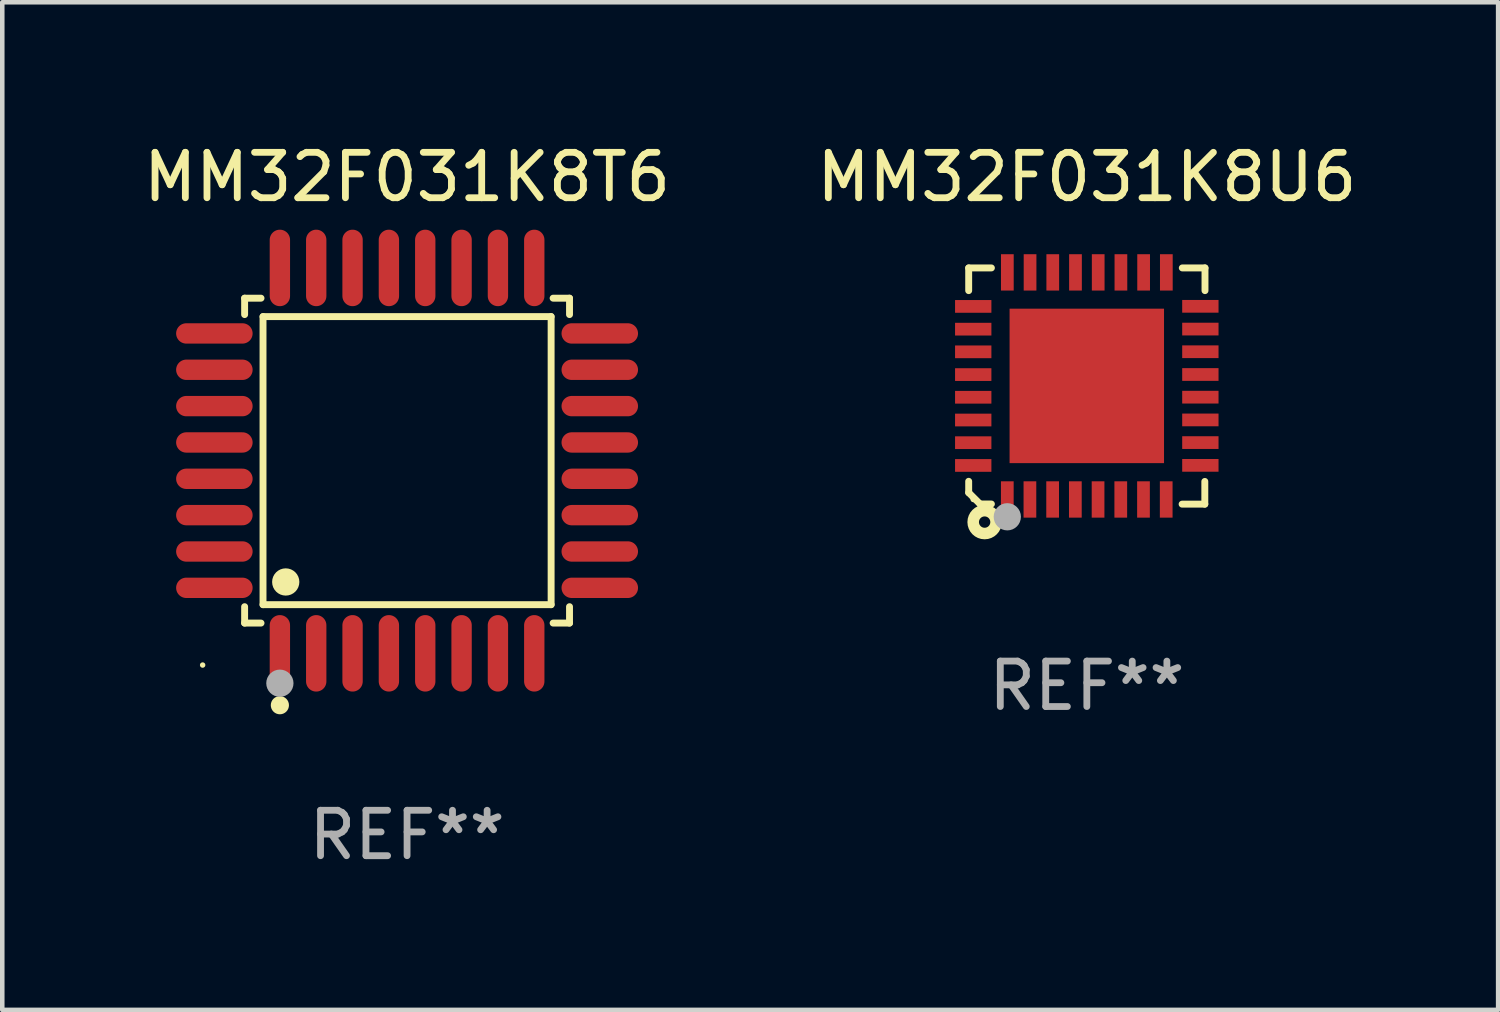
<source format=kicad_pcb>
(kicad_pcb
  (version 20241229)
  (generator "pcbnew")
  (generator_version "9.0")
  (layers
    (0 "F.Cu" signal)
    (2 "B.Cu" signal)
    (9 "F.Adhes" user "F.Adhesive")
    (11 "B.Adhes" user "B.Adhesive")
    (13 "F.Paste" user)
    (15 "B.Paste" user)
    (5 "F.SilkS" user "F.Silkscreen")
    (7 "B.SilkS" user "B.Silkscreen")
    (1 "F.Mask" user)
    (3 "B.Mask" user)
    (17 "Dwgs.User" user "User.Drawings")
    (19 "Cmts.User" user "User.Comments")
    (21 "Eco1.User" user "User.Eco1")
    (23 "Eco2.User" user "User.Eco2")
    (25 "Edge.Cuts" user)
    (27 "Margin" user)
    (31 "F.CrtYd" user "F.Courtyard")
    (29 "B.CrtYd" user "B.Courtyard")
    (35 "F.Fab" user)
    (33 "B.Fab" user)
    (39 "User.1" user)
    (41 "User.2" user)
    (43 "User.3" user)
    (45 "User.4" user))
  (footprint "MM32F031K8T6"
    (layer "F.Cu")
    (at 5.911 7.09)
    (property "Reference" "MM32F031K8T6" (at 0 -6.242 0) (layer "F.SilkS") (effects (font (size 1 1) (thickness 0.15))))
    (attr through_hole)
    (fp_line (start -3.576 -3.576) (end -3.215 -3.576) (stroke (width 0.152) (type solid)) (layer "F.SilkS"))
    (fp_line (start -3.576 -3.215) (end -3.576 -3.576) (stroke (width 0.152) (type solid)) (layer "F.SilkS"))
    (fp_line (start -3.576 3.215) (end -3.576 3.576) (stroke (width 0.152) (type solid)) (layer "F.SilkS"))
    (fp_line (start -3.576 3.576) (end -3.215 3.576) (stroke (width 0.152) (type solid)) (layer "F.SilkS"))
    (fp_line (start -3.171 -3.171) (end 3.171 -3.171) (stroke (width 0.152) (type solid)) (layer "F.SilkS"))
    (fp_line (start -3.171 3.171) (end -3.171 -3.171) (stroke (width 0.152) (type solid)) (layer "F.SilkS"))
    (fp_line (start 3.171 -3.171) (end 3.171 3.171) (stroke (width 0.152) (type solid)) (layer "F.SilkS"))
    (fp_line (start 3.171 3.171) (end -3.171 3.171) (stroke (width 0.152) (type solid)) (layer "F.SilkS"))
    (fp_line (start 3.576 -3.576) (end 3.215 -3.576) (stroke (width 0.152) (type solid)) (layer "F.SilkS"))
    (fp_line (start 3.576 -3.215) (end 3.576 -3.576) (stroke (width 0.152) (type solid)) (layer "F.SilkS"))
    (fp_line (start 3.576 3.215) (end 3.576 3.576) (stroke (width 0.152) (type solid)) (layer "F.SilkS"))
    (fp_line (start 3.576 3.576) (end 3.215 3.576) (stroke (width 0.152) (type solid)) (layer "F.SilkS"))
    (fp_circle (center -4.5 4.5) (end -4.47 4.5) (stroke (width 0.06) (type solid)) (fill no) (layer "F.SilkS"))
    (fp_circle (center -2.8 5.384) (end -2.7 5.384) (stroke (width 0.2) (type solid)) (fill no) (layer "F.SilkS"))
    (fp_circle (center -2.671 2.671) (end -2.521 2.671) (stroke (width 0.3) (type solid)) (fill no) (layer "F.SilkS"))
    (fp_circle (center -2.8 4.9) (end -2.65 4.9) (stroke (width 0.3) (type solid)) (fill no) (layer "F.Fab"))
    (fp_text user "REF**" (at 0 8.242 0) (layer "F.Fab") (effects (font (size 1 1) (thickness 0.15))))
    (pad "1" smd oval (at -2.8 4.242) (size 0.448 1.684) (layers "F.Cu" "F.Mask" "F.Paste"))
    (pad "2" smd oval (at -2 4.242) (size 0.448 1.684) (layers "F.Cu" "F.Mask" "F.Paste"))
    (pad "3" smd oval (at -1.2 4.242) (size 0.448 1.684) (layers "F.Cu" "F.Mask" "F.Paste"))
    (pad "4" smd oval (at -0.4 4.242) (size 0.448 1.684) (layers "F.Cu" "F.Mask" "F.Paste"))
    (pad "5" smd oval (at 0.4 4.242) (size 0.448 1.684) (layers "F.Cu" "F.Mask" "F.Paste"))
    (pad "6" smd oval (at 1.2 4.242) (size 0.448 1.684) (layers "F.Cu" "F.Mask" "F.Paste"))
    (pad "7" smd oval (at 2 4.242) (size 0.448 1.684) (layers "F.Cu" "F.Mask" "F.Paste"))
    (pad "8" smd oval (at 2.8 4.242) (size 0.448 1.684) (layers "F.Cu" "F.Mask" "F.Paste"))
    (pad "9" smd oval (at 4.242 2.8) (size 1.684 0.448) (layers "F.Cu" "F.Mask" "F.Paste"))
    (pad "10" smd oval (at 4.242 2) (size 1.684 0.448) (layers "F.Cu" "F.Mask" "F.Paste"))
    (pad "11" smd oval (at 4.242 1.2) (size 1.684 0.448) (layers "F.Cu" "F.Mask" "F.Paste"))
    (pad "12" smd oval (at 4.242 0.4) (size 1.684 0.448) (layers "F.Cu" "F.Mask" "F.Paste"))
    (pad "13" smd oval (at 4.242 -0.4) (size 1.684 0.448) (layers "F.Cu" "F.Mask" "F.Paste"))
    (pad "14" smd oval (at 4.242 -1.2) (size 1.684 0.448) (layers "F.Cu" "F.Mask" "F.Paste"))
    (pad "15" smd oval (at 4.242 -2) (size 1.684 0.448) (layers "F.Cu" "F.Mask" "F.Paste"))
    (pad "16" smd oval (at 4.242 -2.8) (size 1.684 0.448) (layers "F.Cu" "F.Mask" "F.Paste"))
    (pad "17" smd oval (at 2.8 -4.242) (size 0.448 1.684) (layers "F.Cu" "F.Mask" "F.Paste"))
    (pad "18" smd oval (at 2 -4.242) (size 0.448 1.684) (layers "F.Cu" "F.Mask" "F.Paste"))
    (pad "19" smd oval (at 1.2 -4.242) (size 0.448 1.684) (layers "F.Cu" "F.Mask" "F.Paste"))
    (pad "20" smd oval (at 0.4 -4.242) (size 0.448 1.684) (layers "F.Cu" "F.Mask" "F.Paste"))
    (pad "21" smd oval (at -0.4 -4.242) (size 0.448 1.684) (layers "F.Cu" "F.Mask" "F.Paste"))
    (pad "22" smd oval (at -1.2 -4.242) (size 0.448 1.684) (layers "F.Cu" "F.Mask" "F.Paste"))
    (pad "23" smd oval (at -2 -4.242) (size 0.448 1.684) (layers "F.Cu" "F.Mask" "F.Paste"))
    (pad "24" smd oval (at -2.8 -4.242) (size 0.448 1.684) (layers "F.Cu" "F.Mask" "F.Paste"))
    (pad "25" smd oval (at -4.242 -2.8) (size 1.684 0.448) (layers "F.Cu" "F.Mask" "F.Paste"))
    (pad "26" smd oval (at -4.242 -2) (size 1.684 0.448) (layers "F.Cu" "F.Mask" "F.Paste"))
    (pad "27" smd oval (at -4.242 -1.2) (size 1.684 0.448) (layers "F.Cu" "F.Mask" "F.Paste"))
    (pad "28" smd oval (at -4.242 -0.4) (size 1.684 0.448) (layers "F.Cu" "F.Mask" "F.Paste"))
    (pad "29" smd oval (at -4.242 0.4) (size 1.684 0.448) (layers "F.Cu" "F.Mask" "F.Paste"))
    (pad "30" smd oval (at -4.242 1.2) (size 1.684 0.448) (layers "F.Cu" "F.Mask" "F.Paste"))
    (pad "31" smd oval (at -4.242 2) (size 1.684 0.448) (layers "F.Cu" "F.Mask" "F.Paste"))
    (pad "32" smd oval (at -4.242 2.8) (size 1.684 0.448) (layers "F.Cu" "F.Mask" "F.Paste")))
  (footprint "MM32F031K8U6"
    (layer "F.Cu")
    (at 20.875 5.448)
    (property "Reference" "MM32F031K8U6" (at 0 -4.6 0) (layer "F.SilkS") (effects (font (size 1 1) (thickness 0.15))))
    (attr through_hole)
    (fp_line (start -2.601 2.097) (end -2.601 2.347) (stroke (width 0.152) (type solid)) (layer "F.SilkS"))
    (fp_line (start -2.601 2.347) (end -2.351 2.597) (stroke (width 0.152) (type solid)) (layer "F.SilkS"))
    (fp_line (start -2.601 -2.6) (end -2.601 -2.1) (stroke (width 0.152) (type solid)) (layer "F.SilkS"))
    (fp_line (start -2.601 -2.6) (end -2.101 -2.6) (stroke (width 0.152) (type solid)) (layer "F.SilkS"))
    (fp_line (start -2.351 2.597) (end -2.101 2.597) (stroke (width 0.152) (type solid)) (layer "F.SilkS"))
    (fp_line (start 2.597 2.6) (end 2.097 2.6) (stroke (width 0.152) (type solid)) (layer "F.SilkS"))
    (fp_line (start 2.597 2.6) (end 2.597 2.1) (stroke (width 0.152) (type solid)) (layer "F.SilkS"))
    (fp_line (start 2.601 -2.6) (end 2.101 -2.6) (stroke (width 0.152) (type solid)) (layer "F.SilkS"))
    (fp_line (start 2.601 -2.6) (end 2.601 -2.1) (stroke (width 0.152) (type solid)) (layer "F.SilkS"))
    (fp_circle (center -2.501 2.497) (end -2.471 2.497) (stroke (width 0.06) (type solid)) (fill no) (layer "F.SilkS"))
    (fp_circle (center -2.25 2.995) (end -2.125 2.995) (stroke (width 0.254) (type solid)) (fill no) (layer "F.SilkS"))
    (fp_circle (center -1.751 2.878) (end -1.601 2.878) (stroke (width 0.3) (type solid)) (fill no) (layer "F.Fab"))
    (fp_text user "REF**" (at 0 6.6 0) (layer "F.Fab") (effects (font (size 1 1) (thickness 0.15))))
    (pad "1" smd rect (at -1.751 2.497) (size 0.28 0.8) (layers "F.Cu" "F.Mask" "F.Paste"))
    (pad "2" smd rect (at -1.253 2.497) (size 0.28 0.8) (layers "F.Cu" "F.Mask" "F.Paste"))
    (pad "3" smd rect (at -0.753 2.497) (size 0.28 0.8) (layers "F.Cu" "F.Mask" "F.Paste"))
    (pad "4" smd rect (at -0.253 2.497) (size 0.28 0.8) (layers "F.Cu" "F.Mask" "F.Paste"))
    (pad "5" smd rect (at 0.247 2.497) (size 0.28 0.8) (layers "F.Cu" "F.Mask" "F.Paste"))
    (pad "6" smd rect (at 0.747 2.497) (size 0.28 0.8) (layers "F.Cu" "F.Mask" "F.Paste"))
    (pad "7" smd rect (at 1.247 2.497) (size 0.28 0.8) (layers "F.Cu" "F.Mask" "F.Paste"))
    (pad "8" smd rect (at 1.747 2.497) (size 0.28 0.8) (layers "F.Cu" "F.Mask" "F.Paste"))
    (pad "9" smd rect (at 2.499 1.746) (size 0.8 0.28) (layers "F.Cu" "F.Mask" "F.Paste"))
    (pad "10" smd rect (at 2.499 1.245) (size 0.8 0.28) (layers "F.Cu" "F.Mask" "F.Paste"))
    (pad "11" smd rect (at 2.499 0.746) (size 0.8 0.28) (layers "F.Cu" "F.Mask" "F.Paste"))
    (pad "12" smd rect (at 2.499 0.245) (size 0.8 0.28) (layers "F.Cu" "F.Mask" "F.Paste"))
    (pad "13" smd rect (at 2.499 -0.254) (size 0.8 0.28) (layers "F.Cu" "F.Mask" "F.Paste"))
    (pad "14" smd rect (at 2.499 -0.755) (size 0.8 0.28) (layers "F.Cu" "F.Mask" "F.Paste"))
    (pad "15" smd rect (at 2.499 -1.254) (size 0.8 0.28) (layers "F.Cu" "F.Mask" "F.Paste"))
    (pad "16" smd rect (at 2.499 -1.755) (size 0.8 0.28) (layers "F.Cu" "F.Mask" "F.Paste"))
    (pad "17" smd rect (at 1.75 -2.502) (size 0.28 0.8) (layers "F.Cu" "F.Mask" "F.Paste"))
    (pad "18" smd rect (at 1.25 -2.502) (size 0.28 0.8) (layers "F.Cu" "F.Mask" "F.Paste"))
    (pad "19" smd rect (at 0.75 -2.502) (size 0.28 0.8) (layers "F.Cu" "F.Mask" "F.Paste"))
    (pad "20" smd rect (at 0.25 -2.502) (size 0.28 0.8) (layers "F.Cu" "F.Mask" "F.Paste"))
    (pad "21" smd rect (at -0.25 -2.502) (size 0.28 0.8) (layers "F.Cu" "F.Mask" "F.Paste"))
    (pad "22" smd rect (at -0.75 -2.502) (size 0.28 0.8) (layers "F.Cu" "F.Mask" "F.Paste"))
    (pad "23" smd rect (at -1.25 -2.502) (size 0.28 0.8) (layers "F.Cu" "F.Mask" "F.Paste"))
    (pad "24" smd rect (at -1.75 -2.502) (size 0.28 0.8) (layers "F.Cu" "F.Mask" "F.Paste"))
    (pad "25" smd rect (at -2.501 -1.753) (size 0.8 0.28) (layers "F.Cu" "F.Mask" "F.Paste"))
    (pad "26" smd rect (at -2.501 -1.252) (size 0.8 0.28) (layers "F.Cu" "F.Mask" "F.Paste"))
    (pad "27" smd rect (at -2.501 -0.753) (size 0.8 0.28) (layers "F.Cu" "F.Mask" "F.Paste"))
    (pad "28" smd rect (at -2.501 -0.252) (size 0.8 0.28) (layers "F.Cu" "F.Mask" "F.Paste"))
    (pad "29" smd rect (at -2.501 0.247) (size 0.8 0.28) (layers "F.Cu" "F.Mask" "F.Paste"))
    (pad "30" smd rect (at -2.501 0.748) (size 0.8 0.28) (layers "F.Cu" "F.Mask" "F.Paste"))
    (pad "31" smd rect (at -2.501 1.247) (size 0.8 0.28) (layers "F.Cu" "F.Mask" "F.Paste"))
    (pad "32" smd rect (at -2.501 1.748) (size 0.8 0.28) (layers "F.Cu" "F.Mask" "F.Paste"))
    (pad "33" smd rect (at -0.001 -0.003 180) (size 3.4 3.4) (layers "F.Cu" "F.Mask" "F.Paste")))
  (gr_rect
    (start -3 -3)
    (end 29.929 19.181)
    (stroke (width 0.1) (type default))
    (fill no)
    (layer "Edge.Cuts")))
</source>
